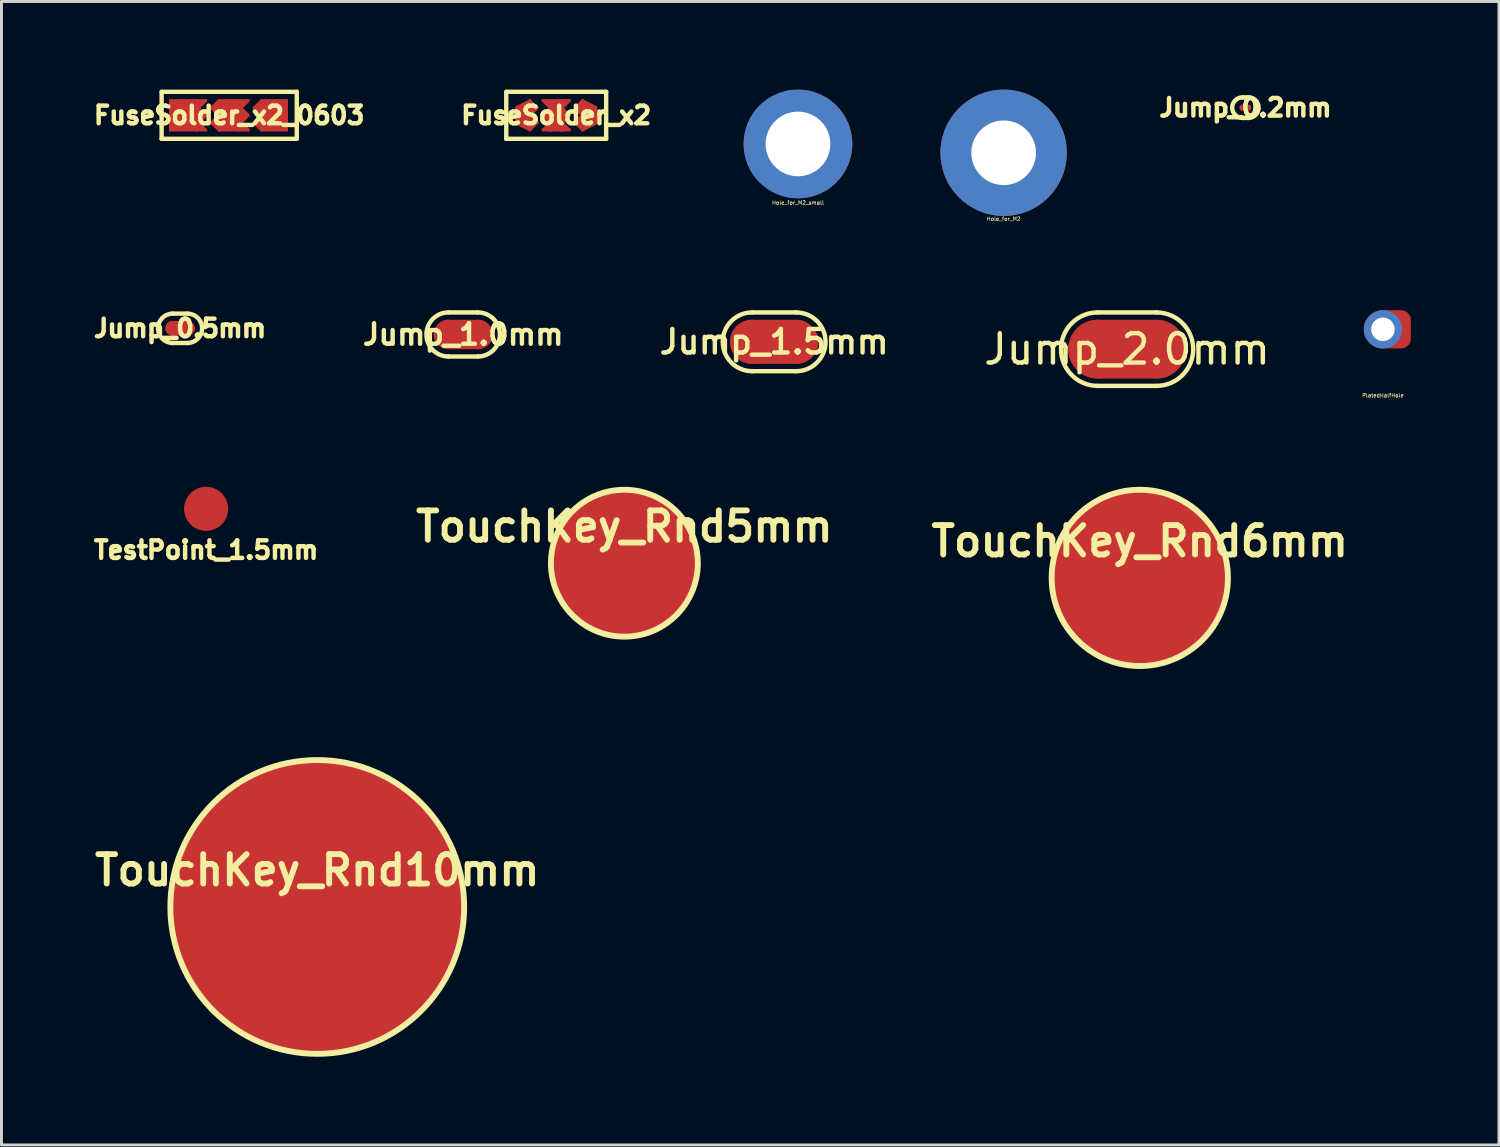
<source format=kicad_pcb>
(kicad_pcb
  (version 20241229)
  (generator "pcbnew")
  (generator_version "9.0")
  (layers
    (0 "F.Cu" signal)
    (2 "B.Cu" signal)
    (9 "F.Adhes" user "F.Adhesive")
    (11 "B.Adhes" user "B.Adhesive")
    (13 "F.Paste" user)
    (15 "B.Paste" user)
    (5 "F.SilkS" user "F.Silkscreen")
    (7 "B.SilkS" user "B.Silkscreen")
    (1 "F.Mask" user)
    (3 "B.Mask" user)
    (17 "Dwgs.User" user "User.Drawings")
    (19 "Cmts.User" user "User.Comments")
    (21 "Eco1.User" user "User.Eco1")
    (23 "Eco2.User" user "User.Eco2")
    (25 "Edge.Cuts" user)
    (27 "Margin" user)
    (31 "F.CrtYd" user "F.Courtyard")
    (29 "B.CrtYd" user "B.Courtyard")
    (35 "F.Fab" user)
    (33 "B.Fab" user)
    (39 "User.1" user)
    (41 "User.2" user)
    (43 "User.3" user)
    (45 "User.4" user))
  (footprint "TestPoint_1.5mm"
    (layer "F.Cu")
    (at 3.965 14.269)
    (property "Reference" "TestPoint_1.5mm" (at 0 1.4 0) (layer "F.SilkS") (effects (font (size 0.6 0.6) (thickness 0.15))))
    (attr exclude_from_pos_files exclude_from_bom)
    (pad "1" smd circle (at 0 0) (size 1.5 1.5) (layers "F.Cu" "F.Mask")))
  (footprint "Jump_1.0mm"
    (layer "F.Cu")
    (at 12.714 8.334)
    (property "Reference" "Jump_1.0mm" (at 0 0 0) (layer "F.SilkS") (effects (font (size 0.7 0.7) (thickness 0.15))))
    (attr exclude_from_pos_files exclude_from_bom)
    (fp_line (start 0.5 0) (end -0.5 0) (stroke (width 1) (type solid)) (layer "F.Cu"))
    (fp_line (start 0.5 -0.75) (end -0.5 -0.75) (stroke (width 0.15) (type solid)) (layer "F.SilkS"))
    (fp_line (start 0.5 0.75) (end -0.5 0.75) (stroke (width 0.15) (type solid)) (layer "F.SilkS"))
    (fp_arc (start -0.5 0.75) (mid -1.25 0) (end -0.5 -0.75) (stroke (width 0.15) (type solid)) (layer "F.SilkS"))
    (fp_arc (start 0.5 -0.75) (mid 1.25 0) (end 0.5 0.75) (stroke (width 0.15) (type solid)) (layer "F.SilkS"))
    (pad "1" smd circle (at -0.5 0) (size 1 1) (layers "F.Cu"))
    (pad "2" smd circle (at 0.5 0) (size 1 1) (layers "F.Cu")))
  (footprint "Jump_2.0mm"
    (layer "F.Cu")
    (at 35.312 8.834)
    (property "Reference" "Jump_2.0mm" (at 0 0 0) (layer "F.SilkS") (effects (font (size 1 1) (thickness 0.15))))
    (attr exclude_from_pos_files exclude_from_bom)
    (fp_line (start 1 0) (end -1 0) (stroke (width 2) (type solid)) (layer "F.Cu"))
    (fp_line (start 1 -1.25) (end -1 -1.25) (stroke (width 0.15) (type solid)) (layer "F.SilkS"))
    (fp_line (start 1 1.25) (end -1 1.25) (stroke (width 0.15) (type solid)) (layer "F.SilkS"))
    (fp_arc (start -1 1.25) (mid -2.25 0) (end -1 -1.25) (stroke (width 0.15) (type solid)) (layer "F.SilkS"))
    (fp_arc (start 1 -1.25) (mid 2.25 0) (end 1 1.25) (stroke (width 0.15) (type solid)) (layer "F.SilkS"))
    (pad "1" smd circle (at -1 0) (size 2 2) (layers "F.Cu"))
    (pad "2" smd circle (at 1 0) (size 2 2) (layers "F.Cu")))
  (footprint "FuseSolder_x2"
    (layer "F.Cu")
    (at 15.881 0.875)
    (property "Reference" "FuseSolder_x2" (at 0 0 0) (layer "F.SilkS") (effects (font (size 0.6 0.6) (thickness 0.15))))
    (attr smd)
    (fp_line (start -0.9 -0.5) (end -0.9 0.5) (stroke (width 0.1) (type solid)) (layer "F.Cu"))
    (fp_line (start -0.9 0) (end -0.65 -0.25) (stroke (width 0.1) (type solid)) (layer "F.Cu"))
    (fp_line (start -0.9 0.5) (end -0.65 0.25) (stroke (width 0.1) (type solid)) (layer "F.Cu"))
    (fp_line (start -0.85 -0.4) (end -0.75 -0.25) (stroke (width 0.1) (type solid)) (layer "F.Cu"))
    (fp_line (start -0.85 -0.15) (end -0.85 -0.3) (stroke (width 0.1) (type solid)) (layer "F.Cu"))
    (fp_line (start -0.85 0.15) (end -0.75 0.25) (stroke (width 0.1) (type solid)) (layer "F.Cu"))
    (fp_line (start -0.85 0.35) (end -0.85 0.25) (stroke (width 0.1) (type solid)) (layer "F.Cu"))
    (fp_line (start -0.75 -0.25) (end -0.85 -0.15) (stroke (width 0.1) (type solid)) (layer "F.Cu"))
    (fp_line (start -0.75 0.25) (end -0.85 0.35) (stroke (width 0.1) (type solid)) (layer "F.Cu"))
    (fp_line (start -0.65 -0.25) (end -0.9 -0.5) (stroke (width 0.1) (type solid)) (layer "F.Cu"))
    (fp_line (start -0.65 0.25) (end -0.9 0) (stroke (width 0.1) (type solid)) (layer "F.Cu"))
    (fp_line (start -0.45 0) (end -0.2 -0.25) (stroke (width 0.1) (type solid)) (layer "F.Cu"))
    (fp_line (start -0.45 0) (end -0.2 0.25) (stroke (width 0.1) (type solid)) (layer "F.Cu"))
    (fp_line (start -0.35 -0.45) (end -0.2 -0.45) (stroke (width 0.1) (type solid)) (layer "F.Cu"))
    (fp_line (start -0.35 0) (end -0.25 -0.1) (stroke (width 0.1) (type solid)) (layer "F.Cu"))
    (fp_line (start -0.3 0.45) (end -0.2 0.35) (stroke (width 0.1) (type solid)) (layer "F.Cu"))
    (fp_line (start -0.25 -0.1) (end -0.25 0) (stroke (width 0.1) (type solid)) (layer "F.Cu"))
    (fp_line (start -0.2 -0.45) (end -0.2 -0.35) (stroke (width 0.1) (type solid)) (layer "F.Cu"))
    (fp_line (start -0.2 -0.35) (end -0.25 -0.4) (stroke (width 0.1) (type solid)) (layer "F.Cu"))
    (fp_line (start -0.2 -0.25) (end -0.45 -0.5) (stroke (width 0.1) (type solid)) (layer "F.Cu"))
    (fp_line (start -0.2 -0.2) (end -0.2 0.15) (stroke (width 0.1) (type solid)) (layer "F.Cu"))
    (fp_line (start -0.2 0.15) (end -0.35 0) (stroke (width 0.1) (type solid)) (layer "F.Cu"))
    (fp_line (start -0.2 0.25) (end -0.45 0.5) (stroke (width 0.1) (type solid)) (layer "F.Cu"))
    (fp_line (start -0.2 0.45) (end -0.3 0.45) (stroke (width 0.1) (type solid)) (layer "F.Cu"))
    (fp_line (start -0.15 -0.5) (end -0.45 -0.5) (stroke (width 0.1) (type solid)) (layer "F.Cu"))
    (fp_line (start -0.15 0.5) (end -0.45 0.5) (stroke (width 0.1) (type solid)) (layer "F.Cu"))
    (fp_line (start -0.15 0.5) (end -0.15 -0.5) (stroke (width 0.1) (type solid)) (layer "F.Cu"))
    (fp_line (start 0.15 -0.5) (end 0.45 -0.5) (stroke (width 0.1) (type solid)) (layer "F.Cu"))
    (fp_line (start 0.15 0.5) (end 0.45 0.5) (stroke (width 0.1) (type solid)) (layer "F.Cu"))
    (fp_line (start 0.175 -0.5) (end 0.175 0.5) (stroke (width 0.1) (type solid)) (layer "F.Cu"))
    (fp_line (start 0.2 -0.45) (end 0.3 -0.45) (stroke (width 0.1) (type solid)) (layer "F.Cu"))
    (fp_line (start 0.2 -0.25) (end 0.45 -0.5) (stroke (width 0.1) (type solid)) (layer "F.Cu"))
    (fp_line (start 0.2 -0.15) (end 0.35 0) (stroke (width 0.1) (type solid)) (layer "F.Cu"))
    (fp_line (start 0.2 0.2) (end 0.2 -0.15) (stroke (width 0.1) (type solid)) (layer "F.Cu"))
    (fp_line (start 0.2 0.25) (end 0.45 0.5) (stroke (width 0.1) (type solid)) (layer "F.Cu"))
    (fp_line (start 0.2 0.35) (end 0.25 0.4) (stroke (width 0.1) (type solid)) (layer "F.Cu"))
    (fp_line (start 0.2 0.45) (end 0.2 0.35) (stroke (width 0.1) (type solid)) (layer "F.Cu"))
    (fp_line (start 0.25 0.1) (end 0.25 0) (stroke (width 0.1) (type solid)) (layer "F.Cu"))
    (fp_line (start 0.3 -0.45) (end 0.2 -0.35) (stroke (width 0.1) (type solid)) (layer "F.Cu"))
    (fp_line (start 0.35 0) (end 0.25 0.1) (stroke (width 0.1) (type solid)) (layer "F.Cu"))
    (fp_line (start 0.35 0.45) (end 0.2 0.45) (stroke (width 0.1) (type solid)) (layer "F.Cu"))
    (fp_line (start 0.45 0) (end 0.2 -0.25) (stroke (width 0.1) (type solid)) (layer "F.Cu"))
    (fp_line (start 0.45 0) (end 0.2 0.25) (stroke (width 0.1) (type solid)) (layer "F.Cu"))
    (fp_line (start 0.65 -0.25) (end 0.9 0) (stroke (width 0.1) (type solid)) (layer "F.Cu"))
    (fp_line (start 0.65 0.25) (end 0.9 0.5) (stroke (width 0.1) (type solid)) (layer "F.Cu"))
    (fp_line (start 0.75 -0.25) (end 0.85 -0.35) (stroke (width 0.1) (type solid)) (layer "F.Cu"))
    (fp_line (start 0.75 0.25) (end 0.85 0.15) (stroke (width 0.1) (type solid)) (layer "F.Cu"))
    (fp_line (start 0.85 -0.35) (end 0.85 -0.25) (stroke (width 0.1) (type solid)) (layer "F.Cu"))
    (fp_line (start 0.85 -0.15) (end 0.75 -0.25) (stroke (width 0.1) (type solid)) (layer "F.Cu"))
    (fp_line (start 0.85 0.15) (end 0.85 0.3) (stroke (width 0.1) (type solid)) (layer "F.Cu"))
    (fp_line (start 0.85 0.4) (end 0.75 0.25) (stroke (width 0.1) (type solid)) (layer "F.Cu"))
    (fp_line (start 0.9 -0.5) (end 0.65 -0.25) (stroke (width 0.1) (type solid)) (layer "F.Cu"))
    (fp_line (start 0.9 0) (end 0.65 0.25) (stroke (width 0.1) (type solid)) (layer "F.Cu"))
    (fp_line (start 0.9 0.5) (end 0.9 -0.5) (stroke (width 0.1) (type solid)) (layer "F.Cu"))
    (fp_line (start -0.2 0) (end -0.8 0) (stroke (width 1.1) (type solid)) (layer "F.Mask"))
    (fp_line (start 0.2 0) (end 0.8 0) (stroke (width 1.1) (type solid)) (layer "F.Mask"))
    (fp_line (start -1.7 -0.8) (end 1.7 -0.8) (stroke (width 0.15) (type solid)) (layer "F.SilkS"))
    (fp_line (start -1.7 0.8) (end -1.7 -0.8) (stroke (width 0.15) (type solid)) (layer "F.SilkS"))
    (fp_line (start 1.7 -0.8) (end 1.7 0.8) (stroke (width 0.15) (type solid)) (layer "F.SilkS"))
    (fp_line (start 1.7 0.8) (end -1.7 0.8) (stroke (width 0.15) (type solid)) (layer "F.SilkS"))
    (pad "1" smd rect (at 0 0 270) (size 1.1 0.5) (layers "F.Cu" "F.Mask" "F.Paste"))
    (pad "2" smd trapezoid (at -1.15 0 90) (size 0.85 0.5) (rect_delta 0 0.25) (layers "F.Cu" "F.Mask" "F.Paste"))
    (pad "3" smd trapezoid (at 1.15 0 270) (size 0.85 0.5) (rect_delta 0 0.25) (layers "F.Cu" "F.Mask" "F.Paste")))
  (footprint "FuseSolder_x2_0603"
    (layer "F.Cu")
    (at 4.751 0.875)
    (property "Reference" "FuseSolder_x2_0603" (at 0 0 0) (layer "F.SilkS") (effects (font (size 0.6 0.6) (thickness 0.15))))
    (attr through_hole)
    (fp_line (start -1.1 -0.5) (end -1.1 0.5) (stroke (width 0.1) (type solid)) (layer "F.Cu"))
    (fp_line (start -1.1 0.5) (end -0.8 0.5) (stroke (width 0.1) (type solid)) (layer "F.Cu"))
    (fp_line (start -1.05 -0.45) (end -0.95 -0.45) (stroke (width 0.1) (type solid)) (layer "F.Cu"))
    (fp_line (start -1.05 -0.25) (end -0.8 -0.5) (stroke (width 0.1) (type solid)) (layer "F.Cu"))
    (fp_line (start -1.05 -0.15) (end -0.9 0) (stroke (width 0.1) (type solid)) (layer "F.Cu"))
    (fp_line (start -1.05 0.2) (end -1.05 -0.15) (stroke (width 0.1) (type solid)) (layer "F.Cu"))
    (fp_line (start -1.05 0.25) (end -0.8 0.5) (stroke (width 0.1) (type solid)) (layer "F.Cu"))
    (fp_line (start -1.05 0.35) (end -1 0.4) (stroke (width 0.1) (type solid)) (layer "F.Cu"))
    (fp_line (start -1.05 0.45) (end -1.05 0.35) (stroke (width 0.1) (type solid)) (layer "F.Cu"))
    (fp_line (start -1 0.1) (end -1 0) (stroke (width 0.1) (type solid)) (layer "F.Cu"))
    (fp_line (start -0.95 -0.45) (end -1.05 -0.35) (stroke (width 0.1) (type solid)) (layer "F.Cu"))
    (fp_line (start -0.9 0) (end -1 0.1) (stroke (width 0.1) (type solid)) (layer "F.Cu"))
    (fp_line (start -0.9 0.45) (end -1.05 0.45) (stroke (width 0.1) (type solid)) (layer "F.Cu"))
    (fp_line (start -0.8 -0.5) (end -1.1 -0.5) (stroke (width 0.1) (type solid)) (layer "F.Cu"))
    (fp_line (start -0.8 0) (end -1.05 -0.25) (stroke (width 0.1) (type solid)) (layer "F.Cu"))
    (fp_line (start -0.8 0) (end -1.05 0.25) (stroke (width 0.1) (type solid)) (layer "F.Cu"))
    (fp_line (start -0.6 -0.25) (end -0.35 0) (stroke (width 0.1) (type solid)) (layer "F.Cu"))
    (fp_line (start -0.6 0.25) (end -0.35 0.5) (stroke (width 0.1) (type solid)) (layer "F.Cu"))
    (fp_line (start -0.5 -0.25) (end -0.4 -0.35) (stroke (width 0.1) (type solid)) (layer "F.Cu"))
    (fp_line (start -0.5 0.25) (end -0.4 0.15) (stroke (width 0.1) (type solid)) (layer "F.Cu"))
    (fp_line (start -0.4 -0.35) (end -0.4 -0.25) (stroke (width 0.1) (type solid)) (layer "F.Cu"))
    (fp_line (start -0.4 -0.15) (end -0.5 -0.25) (stroke (width 0.1) (type solid)) (layer "F.Cu"))
    (fp_line (start -0.4 0.15) (end -0.4 0.3) (stroke (width 0.1) (type solid)) (layer "F.Cu"))
    (fp_line (start -0.4 0.4) (end -0.5 0.25) (stroke (width 0.1) (type solid)) (layer "F.Cu"))
    (fp_line (start -0.35 -0.5) (end -0.6 -0.25) (stroke (width 0.1) (type solid)) (layer "F.Cu"))
    (fp_line (start -0.35 0) (end -0.6 0.25) (stroke (width 0.1) (type solid)) (layer "F.Cu"))
    (fp_line (start -0.35 0.5) (end -0.35 -0.5) (stroke (width 0.1) (type solid)) (layer "F.Cu"))
    (fp_line (start 0.35 -0.5) (end 0.35 0.5) (stroke (width 0.1) (type solid)) (layer "F.Cu"))
    (fp_line (start 0.35 0.5) (end 0.65 0.5) (stroke (width 0.1) (type solid)) (layer "F.Cu"))
    (fp_line (start 0.4 -0.45) (end 0.5 -0.45) (stroke (width 0.1) (type solid)) (layer "F.Cu"))
    (fp_line (start 0.4 -0.25) (end 0.65 -0.5) (stroke (width 0.1) (type solid)) (layer "F.Cu"))
    (fp_line (start 0.4 -0.15) (end 0.55 0) (stroke (width 0.1) (type solid)) (layer "F.Cu"))
    (fp_line (start 0.4 0.2) (end 0.4 -0.15) (stroke (width 0.1) (type solid)) (layer "F.Cu"))
    (fp_line (start 0.4 0.25) (end 0.65 0.5) (stroke (width 0.1) (type solid)) (layer "F.Cu"))
    (fp_line (start 0.4 0.35) (end 0.45 0.4) (stroke (width 0.1) (type solid)) (layer "F.Cu"))
    (fp_line (start 0.4 0.45) (end 0.4 0.35) (stroke (width 0.1) (type solid)) (layer "F.Cu"))
    (fp_line (start 0.45 0.1) (end 0.45 0) (stroke (width 0.1) (type solid)) (layer "F.Cu"))
    (fp_line (start 0.5 -0.45) (end 0.4 -0.35) (stroke (width 0.1) (type solid)) (layer "F.Cu"))
    (fp_line (start 0.55 0) (end 0.45 0.1) (stroke (width 0.1) (type solid)) (layer "F.Cu"))
    (fp_line (start 0.55 0.45) (end 0.4 0.45) (stroke (width 0.1) (type solid)) (layer "F.Cu"))
    (fp_line (start 0.65 -0.5) (end 0.35 -0.5) (stroke (width 0.1) (type solid)) (layer "F.Cu"))
    (fp_line (start 0.65 0) (end 0.4 -0.25) (stroke (width 0.1) (type solid)) (layer "F.Cu"))
    (fp_line (start 0.65 0) (end 0.4 0.25) (stroke (width 0.1) (type solid)) (layer "F.Cu"))
    (fp_line (start 0.85 -0.25) (end 1.1 0) (stroke (width 0.1) (type solid)) (layer "F.Cu"))
    (fp_line (start 0.85 0.25) (end 1.1 0.5) (stroke (width 0.1) (type solid)) (layer "F.Cu"))
    (fp_line (start 0.95 -0.25) (end 1.05 -0.35) (stroke (width 0.1) (type solid)) (layer "F.Cu"))
    (fp_line (start 0.95 0.25) (end 1.05 0.15) (stroke (width 0.1) (type solid)) (layer "F.Cu"))
    (fp_line (start 1.05 -0.35) (end 1.05 -0.25) (stroke (width 0.1) (type solid)) (layer "F.Cu"))
    (fp_line (start 1.05 -0.15) (end 0.95 -0.25) (stroke (width 0.1) (type solid)) (layer "F.Cu"))
    (fp_line (start 1.05 0.15) (end 1.05 0.3) (stroke (width 0.1) (type solid)) (layer "F.Cu"))
    (fp_line (start 1.05 0.4) (end 0.95 0.25) (stroke (width 0.1) (type solid)) (layer "F.Cu"))
    (fp_line (start 1.1 -0.5) (end 0.85 -0.25) (stroke (width 0.1) (type solid)) (layer "F.Cu"))
    (fp_line (start 1.1 0) (end 0.85 0.25) (stroke (width 0.1) (type solid)) (layer "F.Cu"))
    (fp_line (start 1.1 0.5) (end 1.1 -0.5) (stroke (width 0.1) (type solid)) (layer "F.Cu"))
    (fp_line (start -1.5 0) (end 1.4 0) (stroke (width 1.1) (type solid)) (layer "F.Mask"))
    (fp_line (start -2.3 -0.8) (end 2.3 -0.8) (stroke (width 0.15) (type solid)) (layer "F.SilkS"))
    (fp_line (start -2.3 0) (end -2.3 -0.8) (stroke (width 0.15) (type solid)) (layer "F.SilkS"))
    (fp_line (start -2.3 0.8) (end -2.3 0) (stroke (width 0.15) (type solid)) (layer "F.SilkS"))
    (fp_line (start 2.3 -0.8) (end 2.3 0.8) (stroke (width 0.15) (type solid)) (layer "F.SilkS"))
    (fp_line (start 2.3 0.8) (end -2.3 0.8) (stroke (width 0.15) (type solid)) (layer "F.SilkS"))
    (pad "1" smd rect (at 0 0) (size 0.7 1.1) (layers "F.Cu" "F.Mask" "F.Paste"))
    (pad "2" smd rect (at -1.55 0) (size 1 1.1) (layers "F.Cu" "F.Mask" "F.Paste"))
    (pad "3" smd rect (at 1.55 0) (size 0.9 1.1) (layers "F.Cu" "F.Mask" "F.Paste")))
  (footprint "PlatedHalfHole"
    (layer "F.Cu")
    (at 44.019 8.159)
    (property "Reference" "PlatedHalfHole" (at 0 2.25 0) (layer "F.SilkS") (effects (font (size 0.127 0.127) (thickness 0.02))))
    (attr exclude_from_pos_files exclude_from_bom)
    (pad "H" thru_hole circle (at 0 0) (size 1.3 1.3) (drill 0.8) (layers "*.Cu" "*.Mask"))
    (pad "H" smd roundrect (at 0.3 0) (size 1.3 1.3) (layers "F.Cu" "F.Mask" "F.Paste") (roundrect_rratio 0.25)))
  (footprint "Hole_for_M2"
    (layer "F.Cu")
    (at 31.11 2.15)
    (property "Reference" "Hole_for_M2" (at 0 2.25 0) (layer "F.SilkS") (effects (font (size 0.127 0.127) (thickness 0.02))))
    (attr exclude_from_pos_files exclude_from_bom)
    (pad "H" thru_hole circle (at 0 0) (size 4.3 4.3) (drill 2.2) (layers "*.Cu" "*.Mask")))
  (footprint "TouchKey_Rnd6mm"
    (layer "F.Cu")
    (at 35.744 16.619)
    (property "Reference" "TouchKey_Rnd6mm" (at 0 -1.25 0) (layer "F.SilkS") (effects (font (size 1 1) (thickness 0.2))))
    (attr smd)
    (fp_circle (center 0 0) (end 3 0) (stroke (width 0.2) (type solid)) (fill no) (layer "F.SilkS"))
    (pad "1" smd circle (at 0 0) (size 6 6) (layers "F.Cu")))
  (footprint "TouchKey_Rnd10mm"
    (layer "F.Cu")
    (at 7.748 27.819)
    (property "Reference" "TouchKey_Rnd10mm" (at 0 -1.25 0) (layer "F.SilkS") (effects (font (size 1 1) (thickness 0.2))))
    (attr smd)
    (fp_circle (center 0 0) (end 5 0) (stroke (width 0.2) (type solid)) (fill no) (layer "F.SilkS"))
    (pad "1" smd circle (at 0 0) (size 10 10) (layers "F.Cu")))
  (footprint "Hole_for_M2_small"
    (layer "F.Cu")
    (at 24.11 1.85)
    (property "Reference" "Hole_for_M2_small" (at 0 2 0) (layer "F.SilkS") (effects (font (size 0.127 0.127) (thickness 0.02))))
    (attr exclude_from_pos_files exclude_from_bom)
    (pad "H" thru_hole circle (at 0 0) (size 3.7 3.7) (drill 2.2) (layers "*.Cu" "*.Mask")))
  (footprint "Jump_1.5mm"
    (layer "F.Cu")
    (at 23.299 8.584)
    (property "Reference" "Jump_1.5mm" (at 0 0 0) (layer "F.SilkS") (effects (font (size 0.8 0.8) (thickness 0.15))))
    (attr exclude_from_pos_files exclude_from_bom)
    (fp_line (start 0.75 0) (end -0.75 0) (stroke (width 1.5) (type solid)) (layer "F.Cu"))
    (fp_line (start 0.75 -1) (end -0.75 -1) (stroke (width 0.15) (type solid)) (layer "F.SilkS"))
    (fp_line (start 0.75 1) (end -0.75 1) (stroke (width 0.15) (type solid)) (layer "F.SilkS"))
    (fp_arc (start -0.75 1) (mid -1.75 0) (end -0.75 -1) (stroke (width 0.15) (type solid)) (layer "F.SilkS"))
    (fp_arc (start 0.75 -1) (mid 1.75 0) (end 0.75 1) (stroke (width 0.15) (type solid)) (layer "F.SilkS"))
    (pad "1" smd circle (at -0.75 0) (size 1.5 1.5) (layers "F.Cu"))
    (pad "2" smd circle (at 0.75 0) (size 1.5 1.5) (layers "F.Cu")))
  (footprint "TouchKey_Rnd5mm"
    (layer "F.Cu")
    (at 18.201 16.119)
    (property "Reference" "TouchKey_Rnd5mm" (at 0 -1.25 0) (layer "F.SilkS") (effects (font (size 1 1) (thickness 0.2))))
    (attr smd)
    (fp_circle (center 0 0) (end 2.5 0) (stroke (width 0.2) (type solid)) (fill no) (layer "F.SilkS"))
    (pad "1" smd circle (at 0 0) (size 5 5) (layers "F.Cu")))
  (footprint "Jump_0.2mm"
    (layer "F.Cu")
    (at 39.339 0.614)
    (property "Reference" "Jump_0.2mm" (at 0 0 0) (layer "F.SilkS") (effects (font (size 0.6 0.6) (thickness 0.15))))
    (attr exclude_from_pos_files exclude_from_bom)
    (fp_line (start 0.1 0) (end -0.1 0) (stroke (width 0.2) (type solid)) (layer "F.Cu"))
    (fp_line (start 0.1 -0.35) (end -0.1 -0.35) (stroke (width 0.15) (type solid)) (layer "F.SilkS"))
    (fp_line (start 0.1 0.35) (end -0.1 0.35) (stroke (width 0.15) (type solid)) (layer "F.SilkS"))
    (fp_arc (start -0.1 0.35) (mid -0.45 0) (end -0.1 -0.35) (stroke (width 0.15) (type solid)) (layer "F.SilkS"))
    (fp_arc (start 0.1 -0.35) (mid 0.45 0) (end 0.1 0.35) (stroke (width 0.15) (type solid)) (layer "F.SilkS"))
    (pad "1" smd circle (at -0.1 0) (size 0.2 0.2) (layers "F.Cu"))
    (pad "2" smd circle (at 0.1 0) (size 0.2 0.2) (layers "F.Cu")))
  (footprint "Jump_0.5mm"
    (layer "F.Cu")
    (at 3.079 8.124)
    (property "Reference" "Jump_0.5mm" (at 0 0 0) (layer "F.SilkS") (effects (font (size 0.6 0.6) (thickness 0.15))))
    (attr exclude_from_pos_files exclude_from_bom)
    (fp_line (start 0.25 0) (end -0.25 0) (stroke (width 0.5) (type solid)) (layer "F.Cu"))
    (fp_line (start 0.25 -0.5) (end -0.25 -0.5) (stroke (width 0.15) (type solid)) (layer "F.SilkS"))
    (fp_line (start 0.25 0.5) (end -0.25 0.5) (stroke (width 0.15) (type solid)) (layer "F.SilkS"))
    (fp_arc (start -0.25 0.5) (mid -0.75 0) (end -0.25 -0.5) (stroke (width 0.15) (type solid)) (layer "F.SilkS"))
    (fp_arc (start 0.25 -0.5) (mid 0.75 0) (end 0.25 0.5) (stroke (width 0.15) (type solid)) (layer "F.SilkS"))
    (pad "1" smd circle (at -0.25 0) (size 0.5 0.5) (layers "F.Cu"))
    (pad "2" smd circle (at 0.25 0) (size 0.5 0.5) (layers "F.Cu")))
  (gr_rect
    (start -3 -3)
    (end 47.969 35.919)
    (stroke (width 0.1) (type default))
    (fill no)
    (layer "Edge.Cuts")))
</source>
